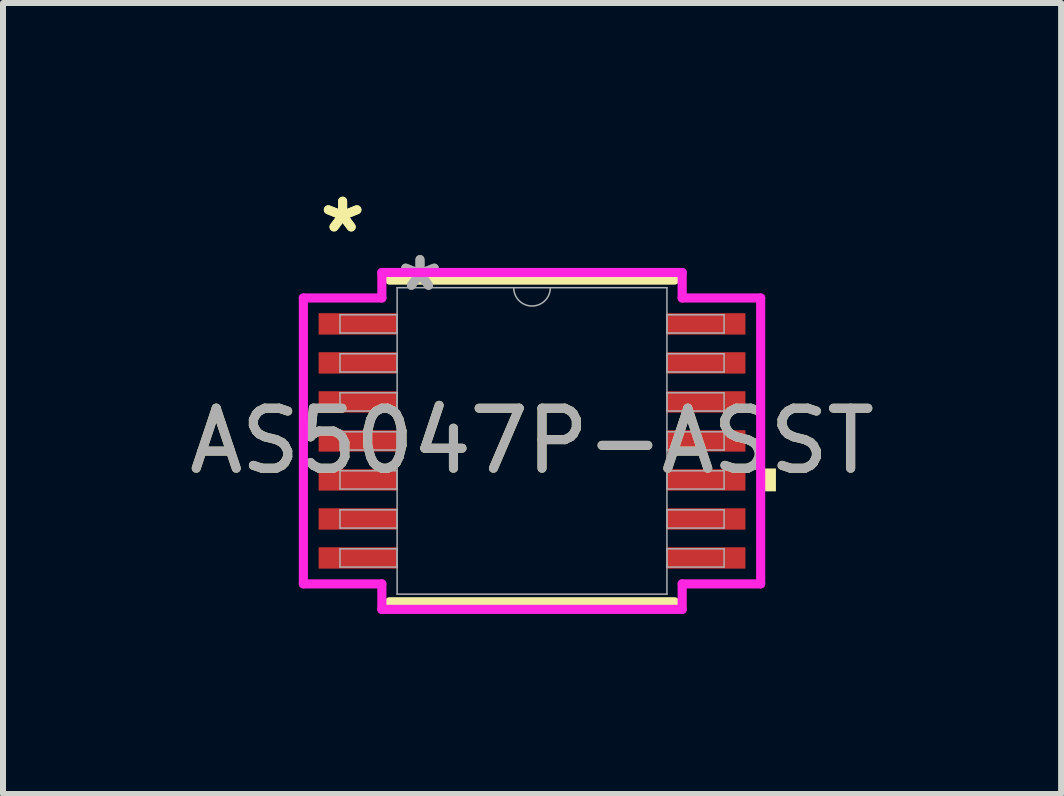
<source format=kicad_pcb>
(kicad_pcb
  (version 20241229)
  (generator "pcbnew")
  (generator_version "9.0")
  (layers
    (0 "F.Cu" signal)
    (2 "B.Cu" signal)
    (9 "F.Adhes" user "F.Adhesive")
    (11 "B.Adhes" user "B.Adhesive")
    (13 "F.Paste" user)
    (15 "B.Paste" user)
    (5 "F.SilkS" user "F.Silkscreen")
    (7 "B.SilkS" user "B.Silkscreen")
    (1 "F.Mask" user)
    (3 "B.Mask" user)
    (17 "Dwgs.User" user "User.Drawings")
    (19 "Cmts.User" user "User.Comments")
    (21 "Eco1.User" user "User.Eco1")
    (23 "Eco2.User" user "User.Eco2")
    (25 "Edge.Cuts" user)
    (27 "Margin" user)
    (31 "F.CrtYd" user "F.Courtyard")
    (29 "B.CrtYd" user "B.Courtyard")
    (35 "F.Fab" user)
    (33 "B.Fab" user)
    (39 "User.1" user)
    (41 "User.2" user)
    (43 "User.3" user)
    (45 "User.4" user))
  (footprint "AS5047P-ASST"
    (layer "F.Cu")
    (at 5.815 4.297)
    (property "Reference" "AS5047P-ASST" (at 0 0 0) (unlocked yes) (layer "F.SilkS") (effects (font (size 1 1) (thickness 0.15))))
    (attr smd)
    (fp_line (start -2.375 2.68) (end 2.375 2.68) (stroke (width 0.152) (type solid)) (layer "F.SilkS"))
    (fp_line (start 2.375 -2.68) (end -2.375 -2.68) (stroke (width 0.152) (type solid)) (layer "F.SilkS"))
    (fp_poly (pts (xy 4.064 0.459) (xy 4.064 0.84) (xy 3.81 0.84) (xy 3.81 0.459)) (stroke (width 0) (type solid)) (fill yes) (layer "F.SilkS"))
    (fp_line (start -3.81 -2.382) (end -2.502 -2.382) (stroke (width 0.152) (type solid)) (layer "F.CrtYd"))
    (fp_line (start -3.81 2.382) (end -3.81 -2.382) (stroke (width 0.152) (type solid)) (layer "F.CrtYd"))
    (fp_line (start -3.81 2.382) (end -2.502 2.382) (stroke (width 0.152) (type solid)) (layer "F.CrtYd"))
    (fp_line (start -2.502 -2.807) (end 2.502 -2.807) (stroke (width 0.152) (type solid)) (layer "F.CrtYd"))
    (fp_line (start -2.502 -2.382) (end -2.502 -2.807) (stroke (width 0.152) (type solid)) (layer "F.CrtYd"))
    (fp_line (start -2.502 2.807) (end -2.502 2.382) (stroke (width 0.152) (type solid)) (layer "F.CrtYd"))
    (fp_line (start 2.502 -2.807) (end 2.502 -2.382) (stroke (width 0.152) (type solid)) (layer "F.CrtYd"))
    (fp_line (start 2.502 2.382) (end 2.502 2.807) (stroke (width 0.152) (type solid)) (layer "F.CrtYd"))
    (fp_line (start 2.502 2.807) (end -2.502 2.807) (stroke (width 0.152) (type solid)) (layer "F.CrtYd"))
    (fp_line (start 3.81 -2.382) (end 2.502 -2.382) (stroke (width 0.152) (type solid)) (layer "F.CrtYd"))
    (fp_line (start 3.81 -2.382) (end 3.81 2.382) (stroke (width 0.152) (type solid)) (layer "F.CrtYd"))
    (fp_line (start 3.81 2.382) (end 2.502 2.382) (stroke (width 0.152) (type solid)) (layer "F.CrtYd"))
    (fp_line (start -3.2 -2.102) (end -3.2 -1.798) (stroke (width 0.025) (type solid)) (layer "F.Fab"))
    (fp_line (start -3.2 -1.798) (end -2.248 -1.798) (stroke (width 0.025) (type solid)) (layer "F.Fab"))
    (fp_line (start -3.2 -1.452) (end -3.2 -1.148) (stroke (width 0.025) (type solid)) (layer "F.Fab"))
    (fp_line (start -3.2 -1.148) (end -2.248 -1.148) (stroke (width 0.025) (type solid)) (layer "F.Fab"))
    (fp_line (start -3.2 -0.802) (end -3.2 -0.498) (stroke (width 0.025) (type solid)) (layer "F.Fab"))
    (fp_line (start -3.2 -0.498) (end -2.248 -0.498) (stroke (width 0.025) (type solid)) (layer "F.Fab"))
    (fp_line (start -3.2 -0.152) (end -3.2 0.152) (stroke (width 0.025) (type solid)) (layer "F.Fab"))
    (fp_line (start -3.2 0.152) (end -2.248 0.152) (stroke (width 0.025) (type solid)) (layer "F.Fab"))
    (fp_line (start -3.2 0.498) (end -3.2 0.802) (stroke (width 0.025) (type solid)) (layer "F.Fab"))
    (fp_line (start -3.2 0.802) (end -2.248 0.802) (stroke (width 0.025) (type solid)) (layer "F.Fab"))
    (fp_line (start -3.2 1.148) (end -3.2 1.452) (stroke (width 0.025) (type solid)) (layer "F.Fab"))
    (fp_line (start -3.2 1.452) (end -2.248 1.452) (stroke (width 0.025) (type solid)) (layer "F.Fab"))
    (fp_line (start -3.2 1.798) (end -3.2 2.102) (stroke (width 0.025) (type solid)) (layer "F.Fab"))
    (fp_line (start -3.2 2.102) (end -2.248 2.102) (stroke (width 0.025) (type solid)) (layer "F.Fab"))
    (fp_line (start -2.248 -2.553) (end -2.248 2.553) (stroke (width 0.025) (type solid)) (layer "F.Fab"))
    (fp_line (start -2.248 -2.102) (end -3.2 -2.102) (stroke (width 0.025) (type solid)) (layer "F.Fab"))
    (fp_line (start -2.248 -1.798) (end -2.248 -2.102) (stroke (width 0.025) (type solid)) (layer "F.Fab"))
    (fp_line (start -2.248 -1.452) (end -3.2 -1.452) (stroke (width 0.025) (type solid)) (layer "F.Fab"))
    (fp_line (start -2.248 -1.148) (end -2.248 -1.452) (stroke (width 0.025) (type solid)) (layer "F.Fab"))
    (fp_line (start -2.248 -0.802) (end -3.2 -0.802) (stroke (width 0.025) (type solid)) (layer "F.Fab"))
    (fp_line (start -2.248 -0.498) (end -2.248 -0.802) (stroke (width 0.025) (type solid)) (layer "F.Fab"))
    (fp_line (start -2.248 -0.152) (end -3.2 -0.152) (stroke (width 0.025) (type solid)) (layer "F.Fab"))
    (fp_line (start -2.248 0.152) (end -2.248 -0.152) (stroke (width 0.025) (type solid)) (layer "F.Fab"))
    (fp_line (start -2.248 0.498) (end -3.2 0.498) (stroke (width 0.025) (type solid)) (layer "F.Fab"))
    (fp_line (start -2.248 0.802) (end -2.248 0.498) (stroke (width 0.025) (type solid)) (layer "F.Fab"))
    (fp_line (start -2.248 1.148) (end -3.2 1.148) (stroke (width 0.025) (type solid)) (layer "F.Fab"))
    (fp_line (start -2.248 1.452) (end -2.248 1.148) (stroke (width 0.025) (type solid)) (layer "F.Fab"))
    (fp_line (start -2.248 1.798) (end -3.2 1.798) (stroke (width 0.025) (type solid)) (layer "F.Fab"))
    (fp_line (start -2.248 2.102) (end -2.248 1.798) (stroke (width 0.025) (type solid)) (layer "F.Fab"))
    (fp_line (start -2.248 2.553) (end 2.248 2.553) (stroke (width 0.025) (type solid)) (layer "F.Fab"))
    (fp_line (start 2.248 -2.553) (end -2.248 -2.553) (stroke (width 0.025) (type solid)) (layer "F.Fab"))
    (fp_line (start 2.248 -2.102) (end 2.248 -1.798) (stroke (width 0.025) (type solid)) (layer "F.Fab"))
    (fp_line (start 2.248 -1.798) (end 3.2 -1.798) (stroke (width 0.025) (type solid)) (layer "F.Fab"))
    (fp_line (start 2.248 -1.452) (end 2.248 -1.148) (stroke (width 0.025) (type solid)) (layer "F.Fab"))
    (fp_line (start 2.248 -1.148) (end 3.2 -1.148) (stroke (width 0.025) (type solid)) (layer "F.Fab"))
    (fp_line (start 2.248 -0.802) (end 2.248 -0.498) (stroke (width 0.025) (type solid)) (layer "F.Fab"))
    (fp_line (start 2.248 -0.498) (end 3.2 -0.498) (stroke (width 0.025) (type solid)) (layer "F.Fab"))
    (fp_line (start 2.248 -0.152) (end 2.248 0.152) (stroke (width 0.025) (type solid)) (layer "F.Fab"))
    (fp_line (start 2.248 0.152) (end 3.2 0.152) (stroke (width 0.025) (type solid)) (layer "F.Fab"))
    (fp_line (start 2.248 0.498) (end 2.248 0.802) (stroke (width 0.025) (type solid)) (layer "F.Fab"))
    (fp_line (start 2.248 0.802) (end 3.2 0.802) (stroke (width 0.025) (type solid)) (layer "F.Fab"))
    (fp_line (start 2.248 1.148) (end 2.248 1.452) (stroke (width 0.025) (type solid)) (layer "F.Fab"))
    (fp_line (start 2.248 1.452) (end 3.2 1.452) (stroke (width 0.025) (type solid)) (layer "F.Fab"))
    (fp_line (start 2.248 1.798) (end 2.248 2.102) (stroke (width 0.025) (type solid)) (layer "F.Fab"))
    (fp_line (start 2.248 2.102) (end 3.2 2.102) (stroke (width 0.025) (type solid)) (layer "F.Fab"))
    (fp_line (start 2.248 2.553) (end 2.248 -2.553) (stroke (width 0.025) (type solid)) (layer "F.Fab"))
    (fp_line (start 3.2 -2.102) (end 2.248 -2.102) (stroke (width 0.025) (type solid)) (layer "F.Fab"))
    (fp_line (start 3.2 -1.798) (end 3.2 -2.102) (stroke (width 0.025) (type solid)) (layer "F.Fab"))
    (fp_line (start 3.2 -1.452) (end 2.248 -1.452) (stroke (width 0.025) (type solid)) (layer "F.Fab"))
    (fp_line (start 3.2 -1.148) (end 3.2 -1.452) (stroke (width 0.025) (type solid)) (layer "F.Fab"))
    (fp_line (start 3.2 -0.802) (end 2.248 -0.802) (stroke (width 0.025) (type solid)) (layer "F.Fab"))
    (fp_line (start 3.2 -0.498) (end 3.2 -0.802) (stroke (width 0.025) (type solid)) (layer "F.Fab"))
    (fp_line (start 3.2 -0.152) (end 2.248 -0.152) (stroke (width 0.025) (type solid)) (layer "F.Fab"))
    (fp_line (start 3.2 0.152) (end 3.2 -0.152) (stroke (width 0.025) (type solid)) (layer "F.Fab"))
    (fp_line (start 3.2 0.498) (end 2.248 0.498) (stroke (width 0.025) (type solid)) (layer "F.Fab"))
    (fp_line (start 3.2 0.802) (end 3.2 0.498) (stroke (width 0.025) (type solid)) (layer "F.Fab"))
    (fp_line (start 3.2 1.148) (end 2.248 1.148) (stroke (width 0.025) (type solid)) (layer "F.Fab"))
    (fp_line (start 3.2 1.452) (end 3.2 1.148) (stroke (width 0.025) (type solid)) (layer "F.Fab"))
    (fp_line (start 3.2 1.798) (end 2.248 1.798) (stroke (width 0.025) (type solid)) (layer "F.Fab"))
    (fp_line (start 3.2 2.102) (end 3.2 1.798) (stroke (width 0.025) (type solid)) (layer "F.Fab"))
    (fp_arc (start 0.3048 -2.5527) (mid 0 -2.2479) (end -0.3048 -2.5527) (stroke (width 0.0254) (type solid)) (layer "F.Fab"))
    (fp_text user "*" (at -3.156 -3.449 0) (layer "F.SilkS") (effects (font (size 1 1) (thickness 0.15))))
    (fp_text user "*" (at -3.156 -3.449 0) (unlocked yes) (layer "F.SilkS") (effects (font (size 1 1) (thickness 0.15))))
    (fp_text user "${REFERENCE}" (at 0 0 0) (unlocked yes) (layer "F.Fab") (effects (font (size 1 1) (thickness 0.15))))
    (fp_text user "*" (at -1.867 -2.477 0) (unlocked yes) (layer "F.Fab") (effects (font (size 1 1) (thickness 0.15))))
    (fp_text user "*" (at -1.867 -2.477 0) (layer "F.Fab") (effects (font (size 1 1) (thickness 0.15))))
    (pad "1" smd rect (at -2.902 -1.95) (size 1.308 0.356) (layers "F.Cu" "F.Mask" "F.Paste"))
    (pad "2" smd rect (at -2.902 -1.3) (size 1.308 0.356) (layers "F.Cu" "F.Mask" "F.Paste"))
    (pad "3" smd rect (at -2.902 -0.65) (size 1.308 0.356) (layers "F.Cu" "F.Mask" "F.Paste"))
    (pad "4" smd rect (at -2.902 0) (size 1.308 0.356) (layers "F.Cu" "F.Mask" "F.Paste"))
    (pad "5" smd rect (at -2.902 0.65) (size 1.308 0.356) (layers "F.Cu" "F.Mask" "F.Paste"))
    (pad "6" smd rect (at -2.902 1.3) (size 1.308 0.356) (layers "F.Cu" "F.Mask" "F.Paste"))
    (pad "7" smd rect (at -2.902 1.95) (size 1.308 0.356) (layers "F.Cu" "F.Mask" "F.Paste"))
    (pad "8" smd rect (at 2.902 1.95) (size 1.308 0.356) (layers "F.Cu" "F.Mask" "F.Paste"))
    (pad "9" smd rect (at 2.902 1.3) (size 1.308 0.356) (layers "F.Cu" "F.Mask" "F.Paste"))
    (pad "10" smd rect (at 2.902 0.65) (size 1.308 0.356) (layers "F.Cu" "F.Mask" "F.Paste"))
    (pad "11" smd rect (at 2.902 0) (size 1.308 0.356) (layers "F.Cu" "F.Mask" "F.Paste"))
    (pad "12" smd rect (at 2.902 -0.65) (size 1.308 0.356) (layers "F.Cu" "F.Mask" "F.Paste"))
    (pad "13" smd rect (at 2.902 -1.3) (size 1.308 0.356) (layers "F.Cu" "F.Mask" "F.Paste"))
    (pad "14" smd rect (at 2.902 -1.95) (size 1.308 0.356) (layers "F.Cu" "F.Mask" "F.Paste")))
  (gr_rect
    (start -3 -3)
    (end 14.631 10.18)
    (stroke (width 0.1) (type default))
    (fill no)
    (layer "Edge.Cuts")))
</source>
